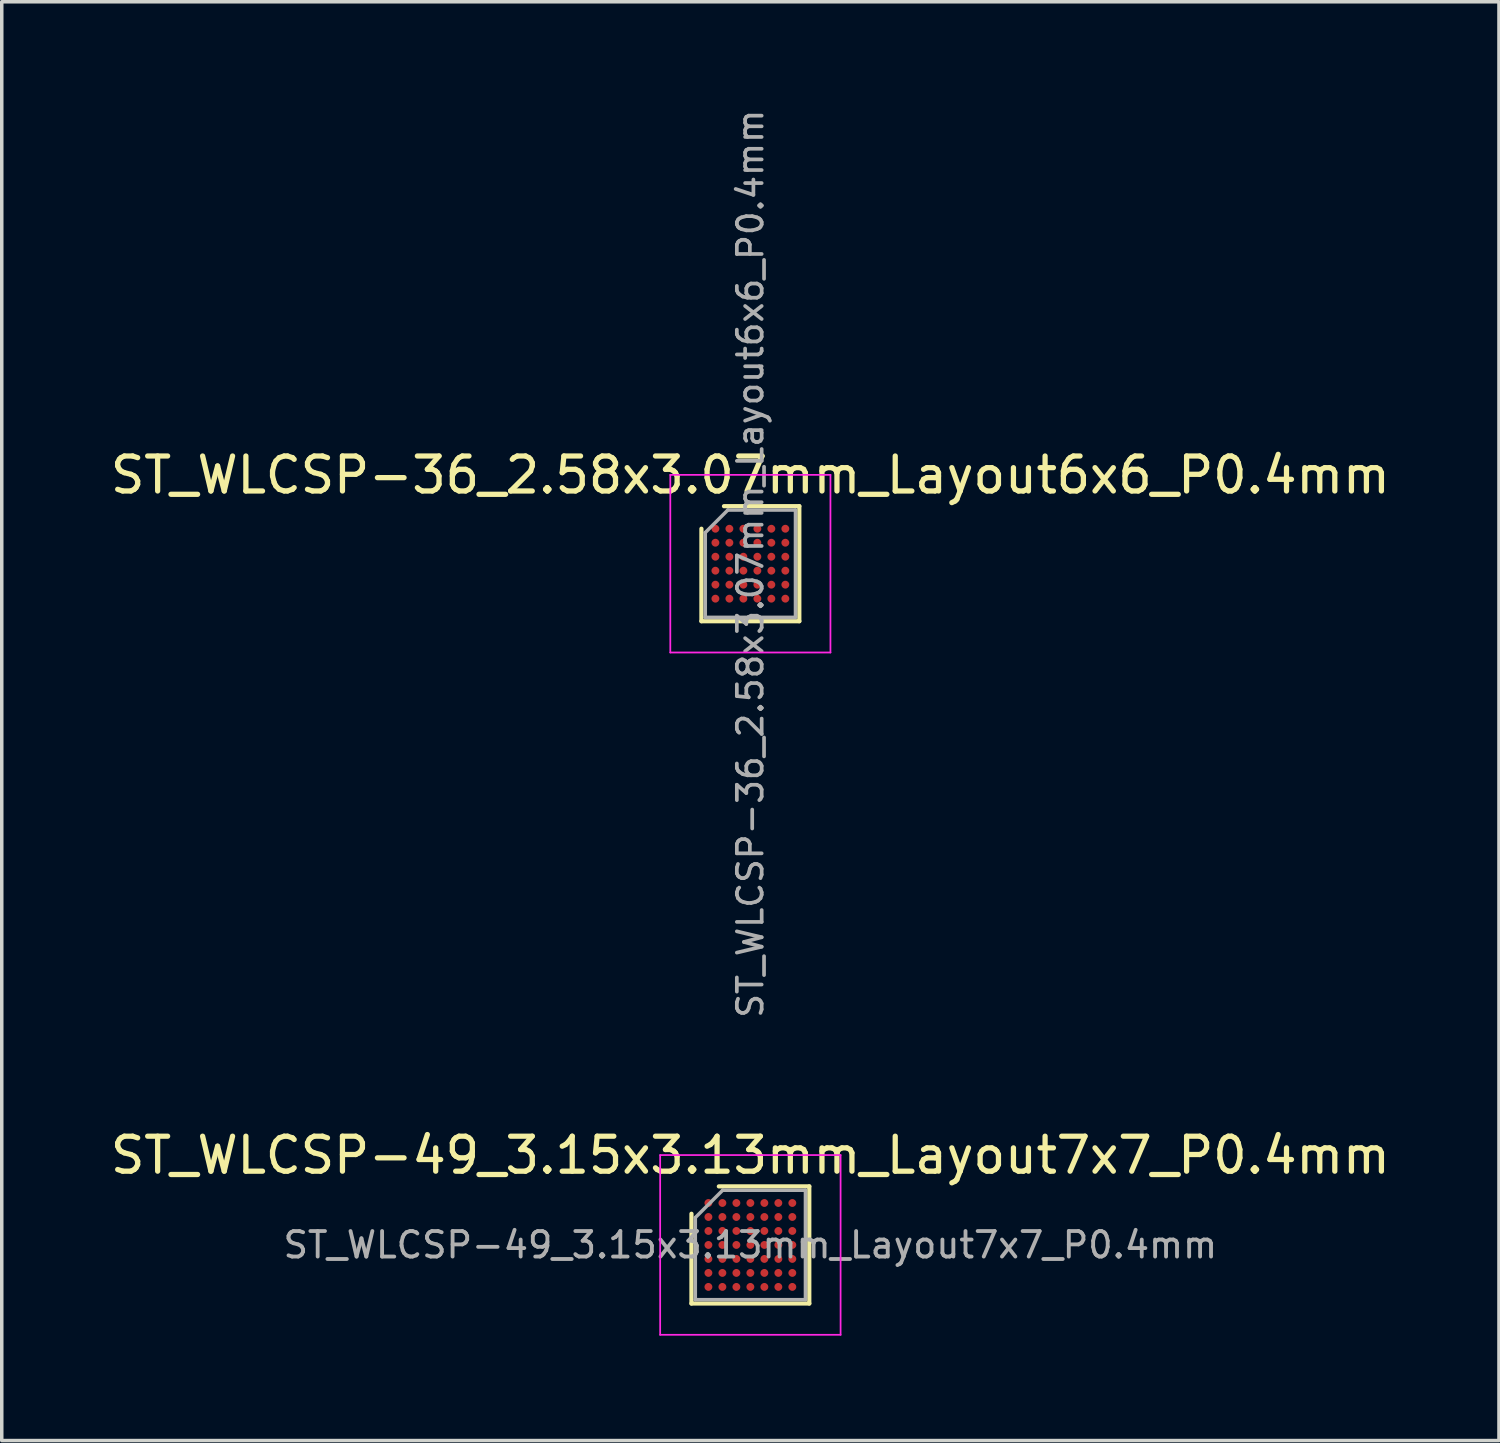
<source format=kicad_pcb>
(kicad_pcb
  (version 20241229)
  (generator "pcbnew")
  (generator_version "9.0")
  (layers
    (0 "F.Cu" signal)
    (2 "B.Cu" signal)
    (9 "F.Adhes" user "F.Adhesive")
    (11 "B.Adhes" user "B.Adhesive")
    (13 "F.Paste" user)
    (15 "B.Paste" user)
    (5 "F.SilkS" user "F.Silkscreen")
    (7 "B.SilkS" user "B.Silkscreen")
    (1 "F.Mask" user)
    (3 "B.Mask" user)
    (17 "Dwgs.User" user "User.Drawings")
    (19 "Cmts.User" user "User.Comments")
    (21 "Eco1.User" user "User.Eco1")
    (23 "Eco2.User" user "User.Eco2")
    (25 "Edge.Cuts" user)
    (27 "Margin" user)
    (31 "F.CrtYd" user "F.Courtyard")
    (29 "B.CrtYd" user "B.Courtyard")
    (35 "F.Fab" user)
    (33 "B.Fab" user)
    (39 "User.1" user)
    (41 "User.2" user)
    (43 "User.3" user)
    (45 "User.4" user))
  (footprint "ST_WLCSP-36_2.58x3.07mm_Layout6x6_P0.4mm"
    (layer "F.Cu")
    (at 18.411 13.072)
    (property "Reference" "ST_WLCSP-36_2.58x3.07mm_Layout6x6_P0.4mm" (at 0 -2.535 0) (layer "F.SilkS") (effects (font (size 1 1) (thickness 0.15))))
    (attr smd)
    (fp_line (start -1.4 1.645) (end -1.4 -1) (stroke (width 0.12) (type solid)) (layer "F.SilkS"))
    (fp_line (start -0.755 -1.645) (end 1.4 -1.645) (stroke (width 0.12) (type solid)) (layer "F.SilkS"))
    (fp_line (start 1.4 -1.645) (end 1.4 1.645) (stroke (width 0.12) (type solid)) (layer "F.SilkS"))
    (fp_line (start 1.4 1.645) (end -1.4 1.645) (stroke (width 0.12) (type solid)) (layer "F.SilkS"))
    (fp_line (start -2.29 -2.54) (end -2.29 2.54) (stroke (width 0.05) (type solid)) (layer "F.CrtYd"))
    (fp_line (start -2.29 2.54) (end 2.29 2.54) (stroke (width 0.05) (type solid)) (layer "F.CrtYd"))
    (fp_line (start 2.29 -2.54) (end -2.29 -2.54) (stroke (width 0.05) (type solid)) (layer "F.CrtYd"))
    (fp_line (start 2.29 2.54) (end 2.29 -2.54) (stroke (width 0.05) (type solid)) (layer "F.CrtYd"))
    (fp_line (start -1.29 -0.89) (end -0.645 -1.535) (stroke (width 0.1) (type solid)) (layer "F.Fab"))
    (fp_line (start -1.29 1.535) (end -1.29 -0.89) (stroke (width 0.1) (type solid)) (layer "F.Fab"))
    (fp_line (start -0.645 -1.535) (end 1.29 -1.535) (stroke (width 0.1) (type solid)) (layer "F.Fab"))
    (fp_line (start 1.29 -1.535) (end 1.29 1.535) (stroke (width 0.1) (type solid)) (layer "F.Fab"))
    (fp_line (start 1.29 1.535) (end -1.29 1.535) (stroke (width 0.1) (type solid)) (layer "F.Fab"))
    (fp_text user "${REFERENCE}" (at 0 0 270) (layer "F.Fab") (effects (font (size 0.71 0.71) (thickness 0.106))))
    (pad "A1" smd circle (at -1 -1) (size 0.225 0.225) (layers "F.Cu" "F.Mask" "F.Paste"))
    (pad "A2" smd circle (at -0.6 -1) (size 0.225 0.225) (layers "F.Cu" "F.Mask" "F.Paste"))
    (pad "A3" smd circle (at -0.2 -1) (size 0.225 0.225) (layers "F.Cu" "F.Mask" "F.Paste"))
    (pad "A4" smd circle (at 0.2 -1) (size 0.225 0.225) (layers "F.Cu" "F.Mask" "F.Paste"))
    (pad "A5" smd circle (at 0.6 -1) (size 0.225 0.225) (layers "F.Cu" "F.Mask" "F.Paste"))
    (pad "A6" smd circle (at 1 -1) (size 0.225 0.225) (layers "F.Cu" "F.Mask" "F.Paste"))
    (pad "B1" smd circle (at -1 -0.6) (size 0.225 0.225) (layers "F.Cu" "F.Mask" "F.Paste"))
    (pad "B2" smd circle (at -0.6 -0.6) (size 0.225 0.225) (layers "F.Cu" "F.Mask" "F.Paste"))
    (pad "B3" smd circle (at -0.2 -0.6) (size 0.225 0.225) (layers "F.Cu" "F.Mask" "F.Paste"))
    (pad "B4" smd circle (at 0.2 -0.6) (size 0.225 0.225) (layers "F.Cu" "F.Mask" "F.Paste"))
    (pad "B5" smd circle (at 0.6 -0.6) (size 0.225 0.225) (layers "F.Cu" "F.Mask" "F.Paste"))
    (pad "B6" smd circle (at 1 -0.6) (size 0.225 0.225) (layers "F.Cu" "F.Mask" "F.Paste"))
    (pad "C1" smd circle (at -1 -0.2) (size 0.225 0.225) (layers "F.Cu" "F.Mask" "F.Paste"))
    (pad "C2" smd circle (at -0.6 -0.2) (size 0.225 0.225) (layers "F.Cu" "F.Mask" "F.Paste"))
    (pad "C3" smd circle (at -0.2 -0.2) (size 0.225 0.225) (layers "F.Cu" "F.Mask" "F.Paste"))
    (pad "C4" smd circle (at 0.2 -0.2) (size 0.225 0.225) (layers "F.Cu" "F.Mask" "F.Paste"))
    (pad "C5" smd circle (at 0.6 -0.2) (size 0.225 0.225) (layers "F.Cu" "F.Mask" "F.Paste"))
    (pad "C6" smd circle (at 1 -0.2) (size 0.225 0.225) (layers "F.Cu" "F.Mask" "F.Paste"))
    (pad "D1" smd circle (at -1 0.2) (size 0.225 0.225) (layers "F.Cu" "F.Mask" "F.Paste"))
    (pad "D2" smd circle (at -0.6 0.2) (size 0.225 0.225) (layers "F.Cu" "F.Mask" "F.Paste"))
    (pad "D3" smd circle (at -0.2 0.2) (size 0.225 0.225) (layers "F.Cu" "F.Mask" "F.Paste"))
    (pad "D4" smd circle (at 0.2 0.2) (size 0.225 0.225) (layers "F.Cu" "F.Mask" "F.Paste"))
    (pad "D5" smd circle (at 0.6 0.2) (size 0.225 0.225) (layers "F.Cu" "F.Mask" "F.Paste"))
    (pad "D6" smd circle (at 1 0.2) (size 0.225 0.225) (layers "F.Cu" "F.Mask" "F.Paste"))
    (pad "E1" smd circle (at -1 0.6) (size 0.225 0.225) (layers "F.Cu" "F.Mask" "F.Paste"))
    (pad "E2" smd circle (at -0.6 0.6) (size 0.225 0.225) (layers "F.Cu" "F.Mask" "F.Paste"))
    (pad "E3" smd circle (at -0.2 0.6) (size 0.225 0.225) (layers "F.Cu" "F.Mask" "F.Paste"))
    (pad "E4" smd circle (at 0.2 0.6) (size 0.225 0.225) (layers "F.Cu" "F.Mask" "F.Paste"))
    (pad "E5" smd circle (at 0.6 0.6) (size 0.225 0.225) (layers "F.Cu" "F.Mask" "F.Paste"))
    (pad "E6" smd circle (at 1 0.6) (size 0.225 0.225) (layers "F.Cu" "F.Mask" "F.Paste"))
    (pad "F1" smd circle (at -1 1) (size 0.225 0.225) (layers "F.Cu" "F.Mask" "F.Paste"))
    (pad "F2" smd circle (at -0.6 1) (size 0.225 0.225) (layers "F.Cu" "F.Mask" "F.Paste"))
    (pad "F3" smd circle (at -0.2 1) (size 0.225 0.225) (layers "F.Cu" "F.Mask" "F.Paste"))
    (pad "F4" smd circle (at 0.2 1) (size 0.225 0.225) (layers "F.Cu" "F.Mask" "F.Paste"))
    (pad "F5" smd circle (at 0.6 1) (size 0.225 0.225) (layers "F.Cu" "F.Mask" "F.Paste"))
    (pad "F6" smd circle (at 1 1) (size 0.225 0.225) (layers "F.Cu" "F.Mask" "F.Paste")))
  (footprint "ST_WLCSP-49_3.15x3.13mm_Layout7x7_P0.4mm"
    (layer "F.Cu")
    (at 18.411 32.556)
    (property "Reference" "ST_WLCSP-49_3.15x3.13mm_Layout7x7_P0.4mm" (at 0 -2.565 0) (layer "F.SilkS") (effects (font (size 1 1) (thickness 0.15))))
    (attr smd)
    (fp_line (start -1.685 1.675) (end -1.685 -0.892) (stroke (width 0.12) (type solid)) (layer "F.SilkS"))
    (fp_line (start -0.902 -1.675) (end 1.685 -1.675) (stroke (width 0.12) (type solid)) (layer "F.SilkS"))
    (fp_line (start 1.685 -1.675) (end 1.685 1.675) (stroke (width 0.12) (type solid)) (layer "F.SilkS"))
    (fp_line (start 1.685 1.675) (end -1.685 1.675) (stroke (width 0.12) (type solid)) (layer "F.SilkS"))
    (fp_line (start -2.58 -2.57) (end -2.58 2.57) (stroke (width 0.05) (type solid)) (layer "F.CrtYd"))
    (fp_line (start -2.58 2.57) (end 2.58 2.57) (stroke (width 0.05) (type solid)) (layer "F.CrtYd"))
    (fp_line (start 2.58 -2.57) (end -2.58 -2.57) (stroke (width 0.05) (type solid)) (layer "F.CrtYd"))
    (fp_line (start 2.58 2.57) (end 2.58 -2.57) (stroke (width 0.05) (type solid)) (layer "F.CrtYd"))
    (fp_line (start -1.575 -0.782) (end -0.792 -1.565) (stroke (width 0.1) (type solid)) (layer "F.Fab"))
    (fp_line (start -1.575 1.565) (end -1.575 -0.782) (stroke (width 0.1) (type solid)) (layer "F.Fab"))
    (fp_line (start -0.792 -1.565) (end 1.575 -1.565) (stroke (width 0.1) (type solid)) (layer "F.Fab"))
    (fp_line (start 1.575 -1.565) (end 1.575 1.565) (stroke (width 0.1) (type solid)) (layer "F.Fab"))
    (fp_line (start 1.575 1.565) (end -1.575 1.565) (stroke (width 0.1) (type solid)) (layer "F.Fab"))
    (fp_text user "${REFERENCE}" (at 0 0 0) (layer "F.Fab") (effects (font (size 0.73 0.73) (thickness 0.11))))
    (pad "A1" smd circle (at -1.2 -1.2) (size 0.225 0.225) (layers "F.Cu" "F.Mask" "F.Paste"))
    (pad "A2" smd circle (at -0.8 -1.2) (size 0.225 0.225) (layers "F.Cu" "F.Mask" "F.Paste"))
    (pad "A3" smd circle (at -0.4 -1.2) (size 0.225 0.225) (layers "F.Cu" "F.Mask" "F.Paste"))
    (pad "A4" smd circle (at 0 -1.2) (size 0.225 0.225) (layers "F.Cu" "F.Mask" "F.Paste"))
    (pad "A5" smd circle (at 0.4 -1.2) (size 0.225 0.225) (layers "F.Cu" "F.Mask" "F.Paste"))
    (pad "A6" smd circle (at 0.8 -1.2) (size 0.225 0.225) (layers "F.Cu" "F.Mask" "F.Paste"))
    (pad "A7" smd circle (at 1.2 -1.2) (size 0.225 0.225) (layers "F.Cu" "F.Mask" "F.Paste"))
    (pad "B1" smd circle (at -1.2 -0.8) (size 0.225 0.225) (layers "F.Cu" "F.Mask" "F.Paste"))
    (pad "B2" smd circle (at -0.8 -0.8) (size 0.225 0.225) (layers "F.Cu" "F.Mask" "F.Paste"))
    (pad "B3" smd circle (at -0.4 -0.8) (size 0.225 0.225) (layers "F.Cu" "F.Mask" "F.Paste"))
    (pad "B4" smd circle (at 0 -0.8) (size 0.225 0.225) (layers "F.Cu" "F.Mask" "F.Paste"))
    (pad "B5" smd circle (at 0.4 -0.8) (size 0.225 0.225) (layers "F.Cu" "F.Mask" "F.Paste"))
    (pad "B6" smd circle (at 0.8 -0.8) (size 0.225 0.225) (layers "F.Cu" "F.Mask" "F.Paste"))
    (pad "B7" smd circle (at 1.2 -0.8) (size 0.225 0.225) (layers "F.Cu" "F.Mask" "F.Paste"))
    (pad "C1" smd circle (at -1.2 -0.4) (size 0.225 0.225) (layers "F.Cu" "F.Mask" "F.Paste"))
    (pad "C2" smd circle (at -0.8 -0.4) (size 0.225 0.225) (layers "F.Cu" "F.Mask" "F.Paste"))
    (pad "C3" smd circle (at -0.4 -0.4) (size 0.225 0.225) (layers "F.Cu" "F.Mask" "F.Paste"))
    (pad "C4" smd circle (at 0 -0.4) (size 0.225 0.225) (layers "F.Cu" "F.Mask" "F.Paste"))
    (pad "C5" smd circle (at 0.4 -0.4) (size 0.225 0.225) (layers "F.Cu" "F.Mask" "F.Paste"))
    (pad "C6" smd circle (at 0.8 -0.4) (size 0.225 0.225) (layers "F.Cu" "F.Mask" "F.Paste"))
    (pad "C7" smd circle (at 1.2 -0.4) (size 0.225 0.225) (layers "F.Cu" "F.Mask" "F.Paste"))
    (pad "D1" smd circle (at -1.2 0) (size 0.225 0.225) (layers "F.Cu" "F.Mask" "F.Paste"))
    (pad "D2" smd circle (at -0.8 0) (size 0.225 0.225) (layers "F.Cu" "F.Mask" "F.Paste"))
    (pad "D3" smd circle (at -0.4 0) (size 0.225 0.225) (layers "F.Cu" "F.Mask" "F.Paste"))
    (pad "D4" smd circle (at 0 0) (size 0.225 0.225) (layers "F.Cu" "F.Mask" "F.Paste"))
    (pad "D5" smd circle (at 0.4 0) (size 0.225 0.225) (layers "F.Cu" "F.Mask" "F.Paste"))
    (pad "D6" smd circle (at 0.8 0) (size 0.225 0.225) (layers "F.Cu" "F.Mask" "F.Paste"))
    (pad "D7" smd circle (at 1.2 0) (size 0.225 0.225) (layers "F.Cu" "F.Mask" "F.Paste"))
    (pad "E1" smd circle (at -1.2 0.4) (size 0.225 0.225) (layers "F.Cu" "F.Mask" "F.Paste"))
    (pad "E2" smd circle (at -0.8 0.4) (size 0.225 0.225) (layers "F.Cu" "F.Mask" "F.Paste"))
    (pad "E3" smd circle (at -0.4 0.4) (size 0.225 0.225) (layers "F.Cu" "F.Mask" "F.Paste"))
    (pad "E4" smd circle (at 0 0.4) (size 0.225 0.225) (layers "F.Cu" "F.Mask" "F.Paste"))
    (pad "E5" smd circle (at 0.4 0.4) (size 0.225 0.225) (layers "F.Cu" "F.Mask" "F.Paste"))
    (pad "E6" smd circle (at 0.8 0.4) (size 0.225 0.225) (layers "F.Cu" "F.Mask" "F.Paste"))
    (pad "E7" smd circle (at 1.2 0.4) (size 0.225 0.225) (layers "F.Cu" "F.Mask" "F.Paste"))
    (pad "F1" smd circle (at -1.2 0.8) (size 0.225 0.225) (layers "F.Cu" "F.Mask" "F.Paste"))
    (pad "F2" smd circle (at -0.8 0.8) (size 0.225 0.225) (layers "F.Cu" "F.Mask" "F.Paste"))
    (pad "F3" smd circle (at -0.4 0.8) (size 0.225 0.225) (layers "F.Cu" "F.Mask" "F.Paste"))
    (pad "F4" smd circle (at 0 0.8) (size 0.225 0.225) (layers "F.Cu" "F.Mask" "F.Paste"))
    (pad "F5" smd circle (at 0.4 0.8) (size 0.225 0.225) (layers "F.Cu" "F.Mask" "F.Paste"))
    (pad "F6" smd circle (at 0.8 0.8) (size 0.225 0.225) (layers "F.Cu" "F.Mask" "F.Paste"))
    (pad "F7" smd circle (at 1.2 0.8) (size 0.225 0.225) (layers "F.Cu" "F.Mask" "F.Paste"))
    (pad "G1" smd circle (at -1.2 1.2) (size 0.225 0.225) (layers "F.Cu" "F.Mask" "F.Paste"))
    (pad "G2" smd circle (at -0.8 1.2) (size 0.225 0.225) (layers "F.Cu" "F.Mask" "F.Paste"))
    (pad "G3" smd circle (at -0.4 1.2) (size 0.225 0.225) (layers "F.Cu" "F.Mask" "F.Paste"))
    (pad "G4" smd circle (at 0 1.2) (size 0.225 0.225) (layers "F.Cu" "F.Mask" "F.Paste"))
    (pad "G5" smd circle (at 0.4 1.2) (size 0.225 0.225) (layers "F.Cu" "F.Mask" "F.Paste"))
    (pad "G6" smd circle (at 0.8 1.2) (size 0.225 0.225) (layers "F.Cu" "F.Mask" "F.Paste"))
    (pad "G7" smd circle (at 1.2 1.2) (size 0.225 0.225) (layers "F.Cu" "F.Mask" "F.Paste")))
  (gr_rect
    (start -3 -3)
    (end 39.821 38.151)
    (stroke (width 0.1) (type default))
    (fill no)
    (layer "Edge.Cuts")))
</source>
